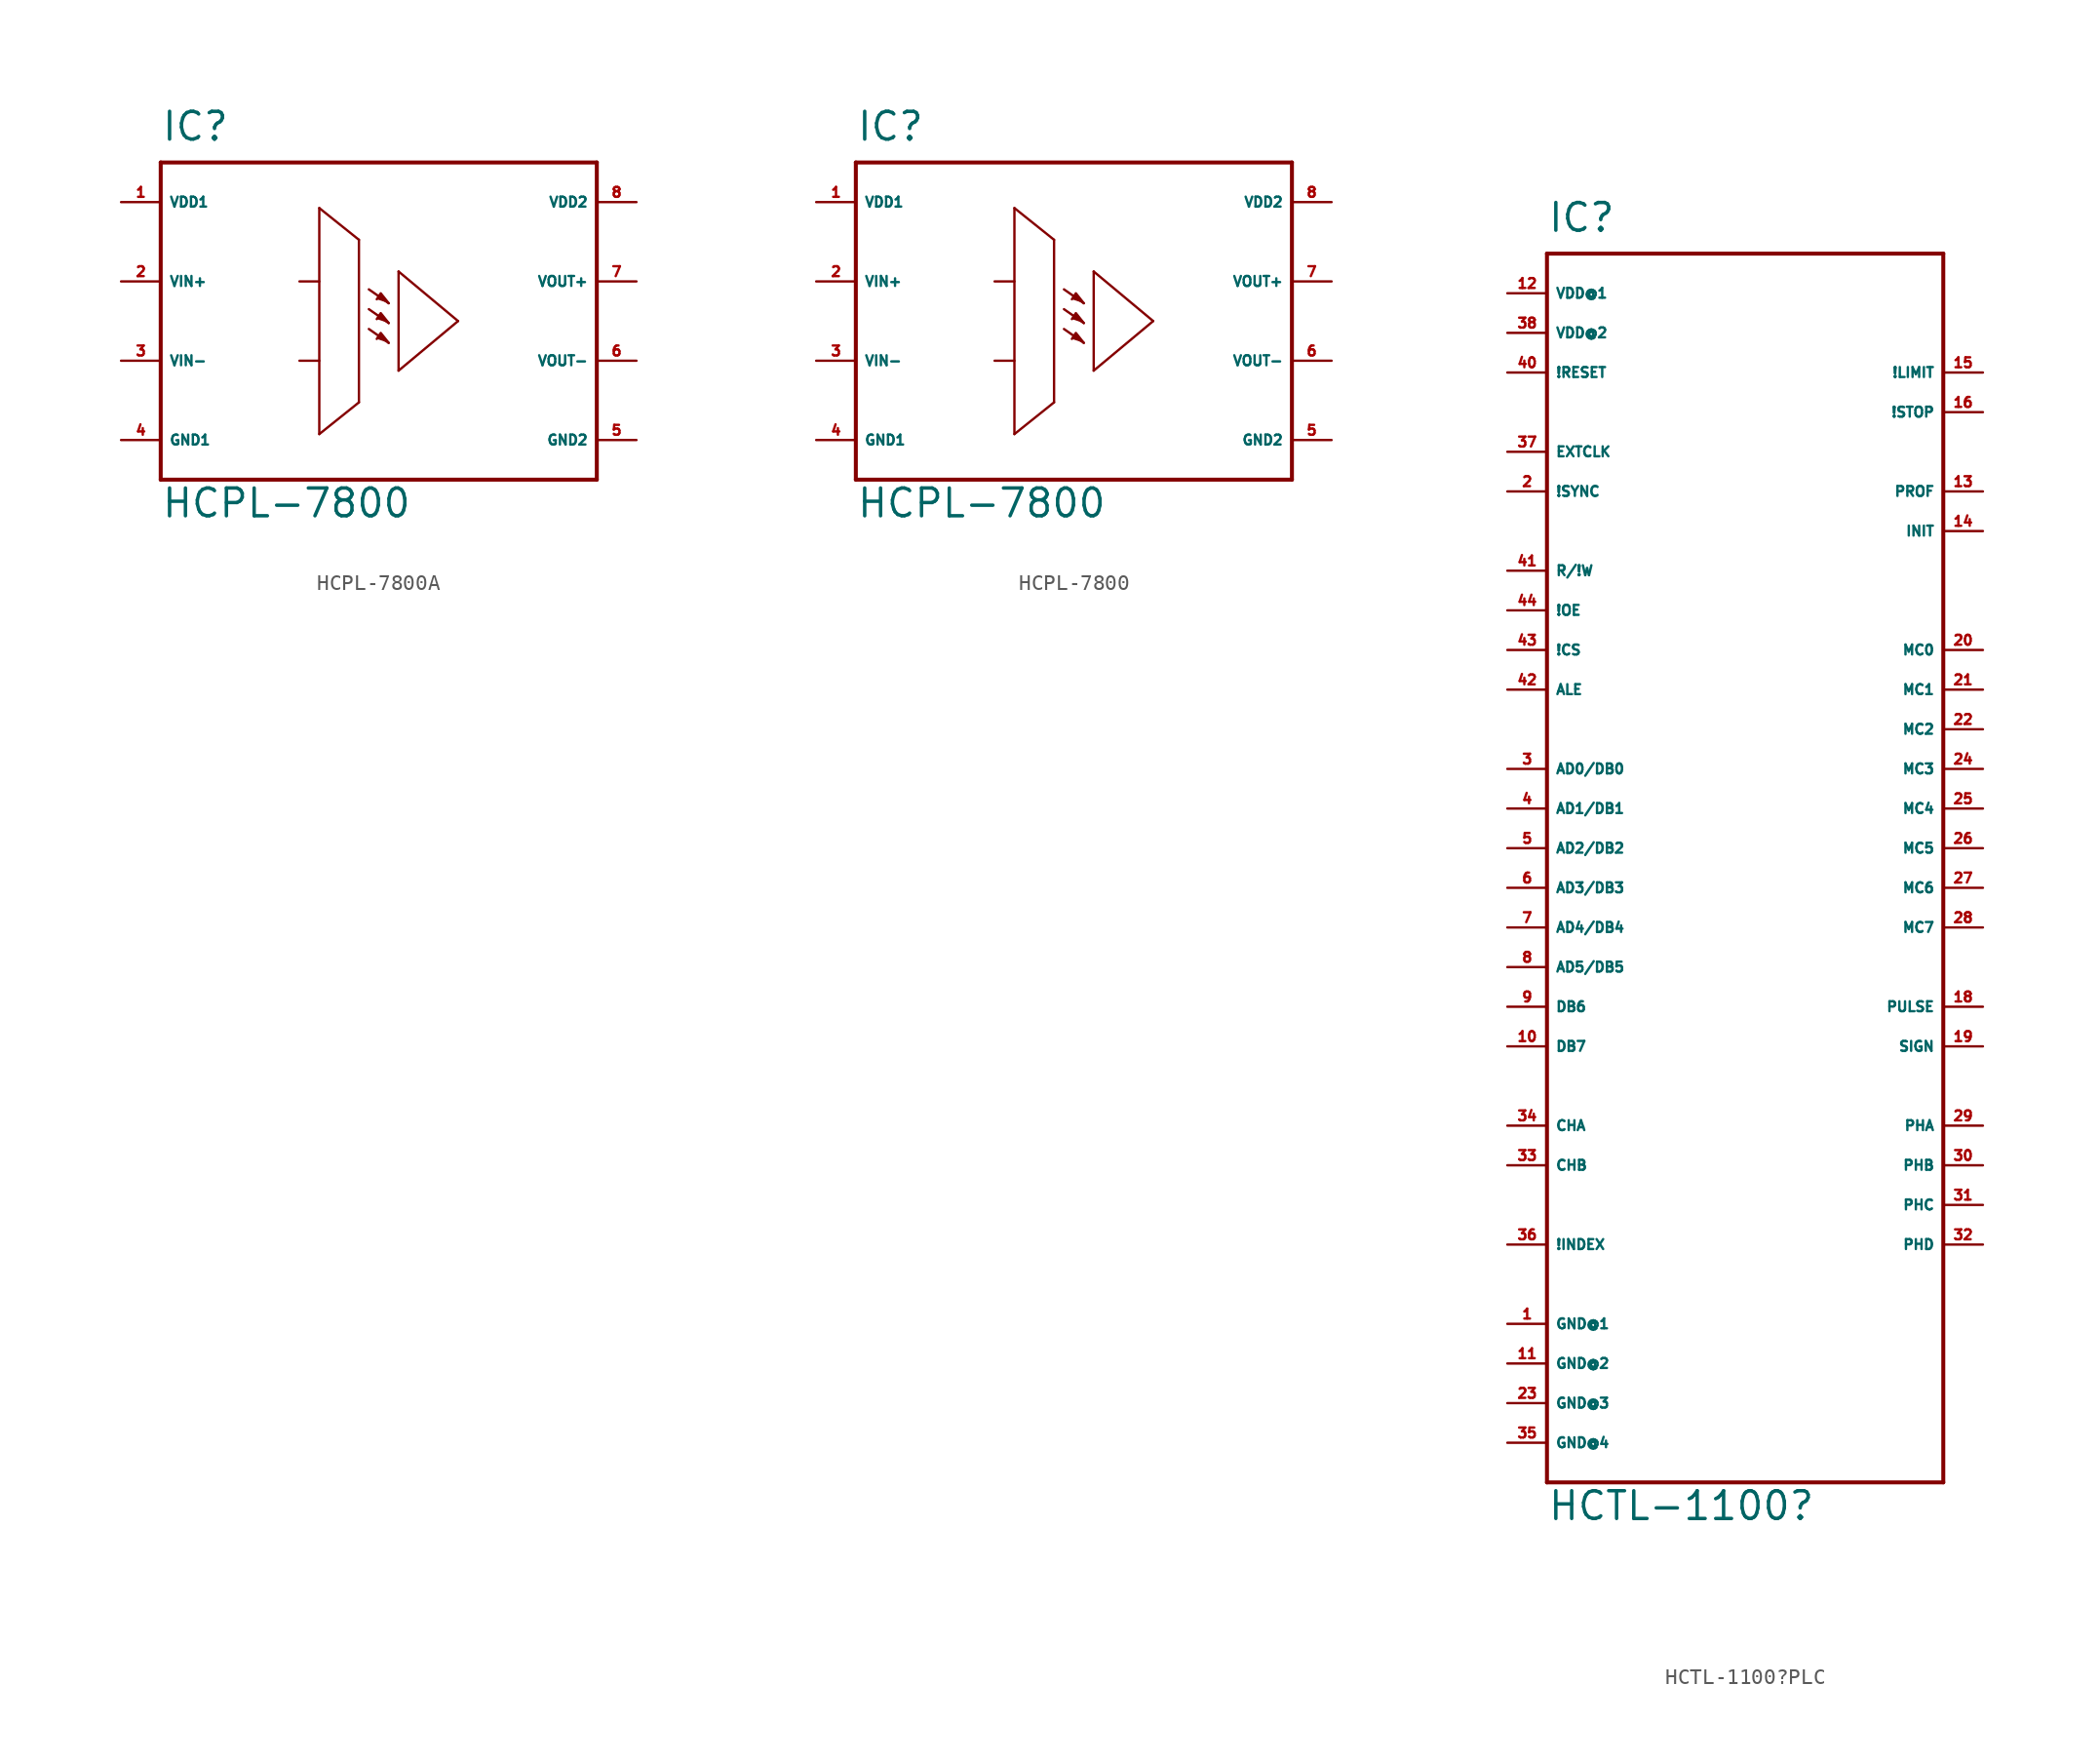
<source format=kicad_sym>
(kicad_symbol_lib
  (version 20220914)
  (generator Eagle2Kicad)
  (symbol "HCPL-7800A"
    (property "Reference" "IC"
      (at -12.7 11.43 0)
      (effects (font (size 1.778 1.778) (thickness 0.22)) (justify left bottom)))
    (property "Value" "HCPL-7800"
      (at -12.7 -12.7 0)
      (effects (font (size 1.778 1.778) (thickness 0.22)) (justify left bottom)))
    (polyline
      (pts (xy 1.905 1.143) (xy 1.397 1.778) (xy 1.143 1.397))
      (stroke (width 0.152) (type default))
      (fill (type outline)))
    (polyline
      (pts (xy 1.905 -0.127) (xy 1.397 0.508) (xy 1.143 0.127))
      (stroke (width 0.152) (type default))
      (fill (type outline)))
    (polyline
      (pts (xy 1.905 -1.397) (xy 1.397 -0.762) (xy 1.143 -1.143))
      (stroke (width 0.152) (type default))
      (fill (type outline)))
    (polyline
      (pts (xy -12.7 10.16) (xy 15.24 10.16))
      (stroke (width 0.254) (type default))
      (fill (type none)))
    (polyline
      (pts (xy 15.24 10.16) (xy 15.24 -10.16))
      (stroke (width 0.254) (type default))
      (fill (type none)))
    (polyline
      (pts (xy 15.24 -10.16) (xy -12.7 -10.16))
      (stroke (width 0.254) (type default))
      (fill (type none)))
    (polyline
      (pts (xy -12.7 -10.16) (xy -12.7 10.16))
      (stroke (width 0.254) (type default))
      (fill (type none)))
    (polyline
      (pts (xy -3.81 2.54) (xy -2.54 2.54))
      (stroke (width 0.152) (type default))
      (fill (type none)))
    (polyline
      (pts (xy -3.81 -2.54) (xy -2.54 -2.54))
      (stroke (width 0.152) (type default))
      (fill (type none)))
    (polyline
      (pts (xy -2.54 7.239) (xy -2.54 -7.239))
      (stroke (width 0.152) (type default))
      (fill (type none)))
    (polyline
      (pts (xy -2.54 -7.239) (xy 0 -5.207))
      (stroke (width 0.152) (type default))
      (fill (type none)))
    (polyline
      (pts (xy 0 -5.207) (xy 0 5.207))
      (stroke (width 0.152) (type default))
      (fill (type none)))
    (polyline
      (pts (xy 0 5.207) (xy -2.54 7.239))
      (stroke (width 0.152) (type default))
      (fill (type none)))
    (polyline
      (pts (xy 2.54 3.175) (xy 6.35 0))
      (stroke (width 0.152) (type default))
      (fill (type none)))
    (polyline
      (pts (xy 6.35 0) (xy 2.54 -3.175))
      (stroke (width 0.152) (type default))
      (fill (type none)))
    (polyline
      (pts (xy 2.54 -3.175) (xy 2.54 3.175))
      (stroke (width 0.152) (type default))
      (fill (type none)))
    (polyline
      (pts (xy 0.635 2.032) (xy 1.905 1.143))
      (stroke (width 0.152) (type default))
      (fill (type none)))
    (polyline
      (pts (xy 0.635 0.762) (xy 1.905 -0.127))
      (stroke (width 0.152) (type default))
      (fill (type none)))
    (polyline
      (pts (xy 0.635 -0.508) (xy 1.905 -1.397))
      (stroke (width 0.152) (type default))
      (fill (type none)))
    (pin unspecified line
      (at -15.24 7.62 0)
      (length 2.54)
      (name "VDD1" (effects (font (size 0.635 0.635) (thickness 0.08)) (justify left bottom)))
      (number "1" (effects (font (size 0.635 0.635) (thickness 0.08)) (justify left bottom))))
    (pin unspecified line
      (at -15.24 -7.62 0)
      (length 2.54)
      (name "GND1" (effects (font (size 0.635 0.635) (thickness 0.08)) (justify left bottom)))
      (number "4" (effects (font (size 0.635 0.635) (thickness 0.08)) (justify left bottom))))
    (pin unspecified line
      (at -15.24 2.54 0)
      (length 2.54)
      (name "VIN+" (effects (font (size 0.635 0.635) (thickness 0.08)) (justify left bottom)))
      (number "2" (effects (font (size 0.635 0.635) (thickness 0.08)) (justify left bottom))))
    (pin unspecified line
      (at -15.24 -2.54 0)
      (length 2.54)
      (name "VIN-" (effects (font (size 0.635 0.635) (thickness 0.08)) (justify left bottom)))
      (number "3" (effects (font (size 0.635 0.635) (thickness 0.08)) (justify left bottom))))
    (pin unspecified line
      (at 17.78 2.54 180)
      (length 2.54)
      (name "VOUT+" (effects (font (size 0.635 0.635) (thickness 0.08)) (justify left bottom)))
      (number "7" (effects (font (size 0.635 0.635) (thickness 0.08)) (justify left bottom))))
    (pin unspecified line
      (at 17.78 -2.54 180)
      (length 2.54)
      (name "VOUT-" (effects (font (size 0.635 0.635) (thickness 0.08)) (justify left bottom)))
      (number "6" (effects (font (size 0.635 0.635) (thickness 0.08)) (justify left bottom))))
    (pin unspecified line
      (at 17.78 7.62 180)
      (length 2.54)
      (name "VDD2" (effects (font (size 0.635 0.635) (thickness 0.08)) (justify left bottom)))
      (number "8" (effects (font (size 0.635 0.635) (thickness 0.08)) (justify left bottom))))
    (pin unspecified line
      (at 17.78 -7.62 180)
      (length 2.54)
      (name "GND2" (effects (font (size 0.635 0.635) (thickness 0.08)) (justify left bottom)))
      (number "5" (effects (font (size 0.635 0.635) (thickness 0.08)) (justify left bottom)))))
  (symbol "HCPL-7800"
    (property "Reference" "IC"
      (at -12.7 11.43 0)
      (effects (font (size 1.778 1.778) (thickness 0.22)) (justify left bottom)))
    (property "Value" "HCPL-7800"
      (at -12.7 -12.7 0)
      (effects (font (size 1.778 1.778) (thickness 0.22)) (justify left bottom)))
    (polyline
      (pts (xy 1.905 1.143) (xy 1.397 1.778) (xy 1.143 1.397))
      (stroke (width 0.152) (type default))
      (fill (type outline)))
    (polyline
      (pts (xy 1.905 -0.127) (xy 1.397 0.508) (xy 1.143 0.127))
      (stroke (width 0.152) (type default))
      (fill (type outline)))
    (polyline
      (pts (xy 1.905 -1.397) (xy 1.397 -0.762) (xy 1.143 -1.143))
      (stroke (width 0.152) (type default))
      (fill (type outline)))
    (polyline
      (pts (xy -12.7 10.16) (xy 15.24 10.16))
      (stroke (width 0.254) (type default))
      (fill (type none)))
    (polyline
      (pts (xy 15.24 10.16) (xy 15.24 -10.16))
      (stroke (width 0.254) (type default))
      (fill (type none)))
    (polyline
      (pts (xy 15.24 -10.16) (xy -12.7 -10.16))
      (stroke (width 0.254) (type default))
      (fill (type none)))
    (polyline
      (pts (xy -12.7 -10.16) (xy -12.7 10.16))
      (stroke (width 0.254) (type default))
      (fill (type none)))
    (polyline
      (pts (xy -3.81 2.54) (xy -2.54 2.54))
      (stroke (width 0.152) (type default))
      (fill (type none)))
    (polyline
      (pts (xy -3.81 -2.54) (xy -2.54 -2.54))
      (stroke (width 0.152) (type default))
      (fill (type none)))
    (polyline
      (pts (xy -2.54 7.239) (xy -2.54 -7.239))
      (stroke (width 0.152) (type default))
      (fill (type none)))
    (polyline
      (pts (xy -2.54 -7.239) (xy 0 -5.207))
      (stroke (width 0.152) (type default))
      (fill (type none)))
    (polyline
      (pts (xy 0 -5.207) (xy 0 5.207))
      (stroke (width 0.152) (type default))
      (fill (type none)))
    (polyline
      (pts (xy 0 5.207) (xy -2.54 7.239))
      (stroke (width 0.152) (type default))
      (fill (type none)))
    (polyline
      (pts (xy 2.54 3.175) (xy 6.35 0))
      (stroke (width 0.152) (type default))
      (fill (type none)))
    (polyline
      (pts (xy 6.35 0) (xy 2.54 -3.175))
      (stroke (width 0.152) (type default))
      (fill (type none)))
    (polyline
      (pts (xy 2.54 -3.175) (xy 2.54 3.175))
      (stroke (width 0.152) (type default))
      (fill (type none)))
    (polyline
      (pts (xy 0.635 2.032) (xy 1.905 1.143))
      (stroke (width 0.152) (type default))
      (fill (type none)))
    (polyline
      (pts (xy 0.635 0.762) (xy 1.905 -0.127))
      (stroke (width 0.152) (type default))
      (fill (type none)))
    (polyline
      (pts (xy 0.635 -0.508) (xy 1.905 -1.397))
      (stroke (width 0.152) (type default))
      (fill (type none)))
    (pin unspecified line
      (at -15.24 7.62 0)
      (length 2.54)
      (name "VDD1" (effects (font (size 0.635 0.635) (thickness 0.08)) (justify left bottom)))
      (number "1" (effects (font (size 0.635 0.635) (thickness 0.08)) (justify left bottom))))
    (pin unspecified line
      (at -15.24 -7.62 0)
      (length 2.54)
      (name "GND1" (effects (font (size 0.635 0.635) (thickness 0.08)) (justify left bottom)))
      (number "4" (effects (font (size 0.635 0.635) (thickness 0.08)) (justify left bottom))))
    (pin unspecified line
      (at -15.24 2.54 0)
      (length 2.54)
      (name "VIN+" (effects (font (size 0.635 0.635) (thickness 0.08)) (justify left bottom)))
      (number "2" (effects (font (size 0.635 0.635) (thickness 0.08)) (justify left bottom))))
    (pin unspecified line
      (at -15.24 -2.54 0)
      (length 2.54)
      (name "VIN-" (effects (font (size 0.635 0.635) (thickness 0.08)) (justify left bottom)))
      (number "3" (effects (font (size 0.635 0.635) (thickness 0.08)) (justify left bottom))))
    (pin unspecified line
      (at 17.78 2.54 180)
      (length 2.54)
      (name "VOUT+" (effects (font (size 0.635 0.635) (thickness 0.08)) (justify left bottom)))
      (number "7" (effects (font (size 0.635 0.635) (thickness 0.08)) (justify left bottom))))
    (pin unspecified line
      (at 17.78 -2.54 180)
      (length 2.54)
      (name "VOUT-" (effects (font (size 0.635 0.635) (thickness 0.08)) (justify left bottom)))
      (number "6" (effects (font (size 0.635 0.635) (thickness 0.08)) (justify left bottom))))
    (pin unspecified line
      (at 17.78 7.62 180)
      (length 2.54)
      (name "VDD2" (effects (font (size 0.635 0.635) (thickness 0.08)) (justify left bottom)))
      (number "8" (effects (font (size 0.635 0.635) (thickness 0.08)) (justify left bottom))))
    (pin unspecified line
      (at 17.78 -7.62 180)
      (length 2.54)
      (name "GND2" (effects (font (size 0.635 0.635) (thickness 0.08)) (justify left bottom)))
      (number "5" (effects (font (size 0.635 0.635) (thickness 0.08)) (justify left bottom)))))
  (symbol "HCTL-1100?PLC"
    (property "Reference" "IC"
      (at -12.7 36.83 0)
      (effects (font (size 1.778 1.778) (thickness 0.22)) (justify left bottom)))
    (property "Value" "HCTL-1100?"
      (at -12.7 -45.72 0)
      (effects (font (size 1.778 1.778) (thickness 0.22)) (justify left bottom)))
    (polyline
      (pts (xy -12.7 35.56) (xy 12.7 35.56))
      (stroke (width 0.254) (type default))
      (fill (type none)))
    (polyline
      (pts (xy 12.7 35.56) (xy 12.7 -43.18))
      (stroke (width 0.254) (type default))
      (fill (type none)))
    (polyline
      (pts (xy 12.7 -43.18) (xy -12.7 -43.18))
      (stroke (width 0.254) (type default))
      (fill (type none)))
    (polyline
      (pts (xy -12.7 -43.18) (xy -12.7 35.56))
      (stroke (width 0.254) (type default))
      (fill (type none)))
    (pin bidirectional line
      (at -15.24 2.54 0)
      (length 2.54)
      (name "AD0/DB0" (effects (font (size 0.635 0.635) (thickness 0.08)) (justify left bottom)))
      (number "3" (effects (font (size 0.635 0.635) (thickness 0.08)) (justify left bottom))))
    (pin bidirectional line
      (at -15.24 0 0)
      (length 2.54)
      (name "AD1/DB1" (effects (font (size 0.635 0.635) (thickness 0.08)) (justify left bottom)))
      (number "4" (effects (font (size 0.635 0.635) (thickness 0.08)) (justify left bottom))))
    (pin bidirectional line
      (at -15.24 -2.54 0)
      (length 2.54)
      (name "AD2/DB2" (effects (font (size 0.635 0.635) (thickness 0.08)) (justify left bottom)))
      (number "5" (effects (font (size 0.635 0.635) (thickness 0.08)) (justify left bottom))))
    (pin bidirectional line
      (at -15.24 -5.08 0)
      (length 2.54)
      (name "AD3/DB3" (effects (font (size 0.635 0.635) (thickness 0.08)) (justify left bottom)))
      (number "6" (effects (font (size 0.635 0.635) (thickness 0.08)) (justify left bottom))))
    (pin bidirectional line
      (at -15.24 -7.62 0)
      (length 2.54)
      (name "AD4/DB4" (effects (font (size 0.635 0.635) (thickness 0.08)) (justify left bottom)))
      (number "7" (effects (font (size 0.635 0.635) (thickness 0.08)) (justify left bottom))))
    (pin bidirectional line
      (at -15.24 -10.16 0)
      (length 2.54)
      (name "AD5/DB5" (effects (font (size 0.635 0.635) (thickness 0.08)) (justify left bottom)))
      (number "8" (effects (font (size 0.635 0.635) (thickness 0.08)) (justify left bottom))))
    (pin bidirectional line
      (at -15.24 -12.7 0)
      (length 2.54)
      (name "DB6" (effects (font (size 0.635 0.635) (thickness 0.08)) (justify left bottom)))
      (number "9" (effects (font (size 0.635 0.635) (thickness 0.08)) (justify left bottom))))
    (pin bidirectional line
      (at -15.24 -15.24 0)
      (length 2.54)
      (name "DB7" (effects (font (size 0.635 0.635) (thickness 0.08)) (justify left bottom)))
      (number "10" (effects (font (size 0.635 0.635) (thickness 0.08)) (justify left bottom))))
    (pin input line
      (at -15.24 7.62 0)
      (length 2.54)
      (name "ALE" (effects (font (size 0.635 0.635) (thickness 0.08)) (justify left bottom)))
      (number "42" (effects (font (size 0.635 0.635) (thickness 0.08)) (justify left bottom))))
    (pin input line
      (at -15.24 10.16 0)
      (length 2.54)
      (name "!CS" (effects (font (size 0.635 0.635) (thickness 0.08)) (justify left bottom)))
      (number "43" (effects (font (size 0.635 0.635) (thickness 0.08)) (justify left bottom))))
    (pin input line
      (at -15.24 12.7 0)
      (length 2.54)
      (name "!OE" (effects (font (size 0.635 0.635) (thickness 0.08)) (justify left bottom)))
      (number "44" (effects (font (size 0.635 0.635) (thickness 0.08)) (justify left bottom))))
    (pin input line
      (at -15.24 15.24 0)
      (length 2.54)
      (name "R/!W" (effects (font (size 0.635 0.635) (thickness 0.08)) (justify left bottom)))
      (number "41" (effects (font (size 0.635 0.635) (thickness 0.08)) (justify left bottom))))
    (pin input line
      (at -15.24 20.32 0)
      (length 2.54)
      (name "!SYNC" (effects (font (size 0.635 0.635) (thickness 0.08)) (justify left bottom)))
      (number "2" (effects (font (size 0.635 0.635) (thickness 0.08)) (justify left bottom))))
    (pin input line
      (at -15.24 22.86 0)
      (length 2.54)
      (name "EXTCLK" (effects (font (size 0.635 0.635) (thickness 0.08)) (justify left bottom)))
      (number "37" (effects (font (size 0.635 0.635) (thickness 0.08)) (justify left bottom))))
    (pin input line
      (at -15.24 27.94 0)
      (length 2.54)
      (name "!RESET" (effects (font (size 0.635 0.635) (thickness 0.08)) (justify left bottom)))
      (number "40" (effects (font (size 0.635 0.635) (thickness 0.08)) (justify left bottom))))
    (pin input line
      (at 15.24 27.94 180)
      (length 2.54)
      (name "!LIMIT" (effects (font (size 0.635 0.635) (thickness 0.08)) (justify left bottom)))
      (number "15" (effects (font (size 0.635 0.635) (thickness 0.08)) (justify left bottom))))
    (pin input line
      (at 15.24 25.4 180)
      (length 2.54)
      (name "!STOP" (effects (font (size 0.635 0.635) (thickness 0.08)) (justify left bottom)))
      (number "16" (effects (font (size 0.635 0.635) (thickness 0.08)) (justify left bottom))))
    (pin output line
      (at 15.24 20.32 180)
      (length 2.54)
      (name "PROF" (effects (font (size 0.635 0.635) (thickness 0.08)) (justify left bottom)))
      (number "13" (effects (font (size 0.635 0.635) (thickness 0.08)) (justify left bottom))))
    (pin output line
      (at 15.24 17.78 180)
      (length 2.54)
      (name "INIT" (effects (font (size 0.635 0.635) (thickness 0.08)) (justify left bottom)))
      (number "14" (effects (font (size 0.635 0.635) (thickness 0.08)) (justify left bottom))))
    (pin output line
      (at 15.24 10.16 180)
      (length 2.54)
      (name "MC0" (effects (font (size 0.635 0.635) (thickness 0.08)) (justify left bottom)))
      (number "20" (effects (font (size 0.635 0.635) (thickness 0.08)) (justify left bottom))))
    (pin output line
      (at 15.24 7.62 180)
      (length 2.54)
      (name "MC1" (effects (font (size 0.635 0.635) (thickness 0.08)) (justify left bottom)))
      (number "21" (effects (font (size 0.635 0.635) (thickness 0.08)) (justify left bottom))))
    (pin output line
      (at 15.24 5.08 180)
      (length 2.54)
      (name "MC2" (effects (font (size 0.635 0.635) (thickness 0.08)) (justify left bottom)))
      (number "22" (effects (font (size 0.635 0.635) (thickness 0.08)) (justify left bottom))))
    (pin output line
      (at 15.24 2.54 180)
      (length 2.54)
      (name "MC3" (effects (font (size 0.635 0.635) (thickness 0.08)) (justify left bottom)))
      (number "24" (effects (font (size 0.635 0.635) (thickness 0.08)) (justify left bottom))))
    (pin output line
      (at 15.24 0 180)
      (length 2.54)
      (name "MC4" (effects (font (size 0.635 0.635) (thickness 0.08)) (justify left bottom)))
      (number "25" (effects (font (size 0.635 0.635) (thickness 0.08)) (justify left bottom))))
    (pin output line
      (at 15.24 -2.54 180)
      (length 2.54)
      (name "MC5" (effects (font (size 0.635 0.635) (thickness 0.08)) (justify left bottom)))
      (number "26" (effects (font (size 0.635 0.635) (thickness 0.08)) (justify left bottom))))
    (pin output line
      (at 15.24 -5.08 180)
      (length 2.54)
      (name "MC6" (effects (font (size 0.635 0.635) (thickness 0.08)) (justify left bottom)))
      (number "27" (effects (font (size 0.635 0.635) (thickness 0.08)) (justify left bottom))))
    (pin output line
      (at 15.24 -7.62 180)
      (length 2.54)
      (name "MC7" (effects (font (size 0.635 0.635) (thickness 0.08)) (justify left bottom)))
      (number "28" (effects (font (size 0.635 0.635) (thickness 0.08)) (justify left bottom))))
    (pin output line
      (at 15.24 -12.7 180)
      (length 2.54)
      (name "PULSE" (effects (font (size 0.635 0.635) (thickness 0.08)) (justify left bottom)))
      (number "18" (effects (font (size 0.635 0.635) (thickness 0.08)) (justify left bottom))))
    (pin output line
      (at 15.24 -15.24 180)
      (length 2.54)
      (name "SIGN" (effects (font (size 0.635 0.635) (thickness 0.08)) (justify left bottom)))
      (number "19" (effects (font (size 0.635 0.635) (thickness 0.08)) (justify left bottom))))
    (pin output line
      (at 15.24 -20.32 180)
      (length 2.54)
      (name "PHA" (effects (font (size 0.635 0.635) (thickness 0.08)) (justify left bottom)))
      (number "29" (effects (font (size 0.635 0.635) (thickness 0.08)) (justify left bottom))))
    (pin output line
      (at 15.24 -22.86 180)
      (length 2.54)
      (name "PHB" (effects (font (size 0.635 0.635) (thickness 0.08)) (justify left bottom)))
      (number "30" (effects (font (size 0.635 0.635) (thickness 0.08)) (justify left bottom))))
    (pin output line
      (at 15.24 -25.4 180)
      (length 2.54)
      (name "PHC" (effects (font (size 0.635 0.635) (thickness 0.08)) (justify left bottom)))
      (number "31" (effects (font (size 0.635 0.635) (thickness 0.08)) (justify left bottom))))
    (pin output line
      (at 15.24 -27.94 180)
      (length 2.54)
      (name "PHD" (effects (font (size 0.635 0.635) (thickness 0.08)) (justify left bottom)))
      (number "32" (effects (font (size 0.635 0.635) (thickness 0.08)) (justify left bottom))))
    (pin input line
      (at -15.24 -27.94 0)
      (length 2.54)
      (name "!INDEX" (effects (font (size 0.635 0.635) (thickness 0.08)) (justify left bottom)))
      (number "36" (effects (font (size 0.635 0.635) (thickness 0.08)) (justify left bottom))))
    (pin input line
      (at -15.24 -20.32 0)
      (length 2.54)
      (name "CHA" (effects (font (size 0.635 0.635) (thickness 0.08)) (justify left bottom)))
      (number "34" (effects (font (size 0.635 0.635) (thickness 0.08)) (justify left bottom))))
    (pin input line
      (at -15.24 -22.86 0)
      (length 2.54)
      (name "CHB" (effects (font (size 0.635 0.635) (thickness 0.08)) (justify left bottom)))
      (number "33" (effects (font (size 0.635 0.635) (thickness 0.08)) (justify left bottom))))
    (pin unspecified line
      (at -15.24 -33.02 0)
      (length 2.54)
      (name "GND@1" (effects (font (size 0.635 0.635) (thickness 0.08)) (justify left bottom)))
      (number "1" (effects (font (size 0.635 0.635) (thickness 0.08)) (justify left bottom))))
    (pin unspecified line
      (at -15.24 -35.56 0)
      (length 2.54)
      (name "GND@2" (effects (font (size 0.635 0.635) (thickness 0.08)) (justify left bottom)))
      (number "11" (effects (font (size 0.635 0.635) (thickness 0.08)) (justify left bottom))))
    (pin unspecified line
      (at -15.24 33.02 0)
      (length 2.54)
      (name "VDD@1" (effects (font (size 0.635 0.635) (thickness 0.08)) (justify left bottom)))
      (number "12" (effects (font (size 0.635 0.635) (thickness 0.08)) (justify left bottom))))
    (pin unspecified line
      (at -15.24 30.48 0)
      (length 2.54)
      (name "VDD@2" (effects (font (size 0.635 0.635) (thickness 0.08)) (justify left bottom)))
      (number "38" (effects (font (size 0.635 0.635) (thickness 0.08)) (justify left bottom))))
    (pin unspecified line
      (at -15.24 -38.1 0)
      (length 2.54)
      (name "GND@3" (effects (font (size 0.635 0.635) (thickness 0.08)) (justify left bottom)))
      (number "23" (effects (font (size 0.635 0.635) (thickness 0.08)) (justify left bottom))))
    (pin unspecified line
      (at -15.24 -40.64 0)
      (length 2.54)
      (name "GND@4" (effects (font (size 0.635 0.635) (thickness 0.08)) (justify left bottom)))
      (number "35" (effects (font (size 0.635 0.635) (thickness 0.08)) (justify left bottom))))))
</source>
